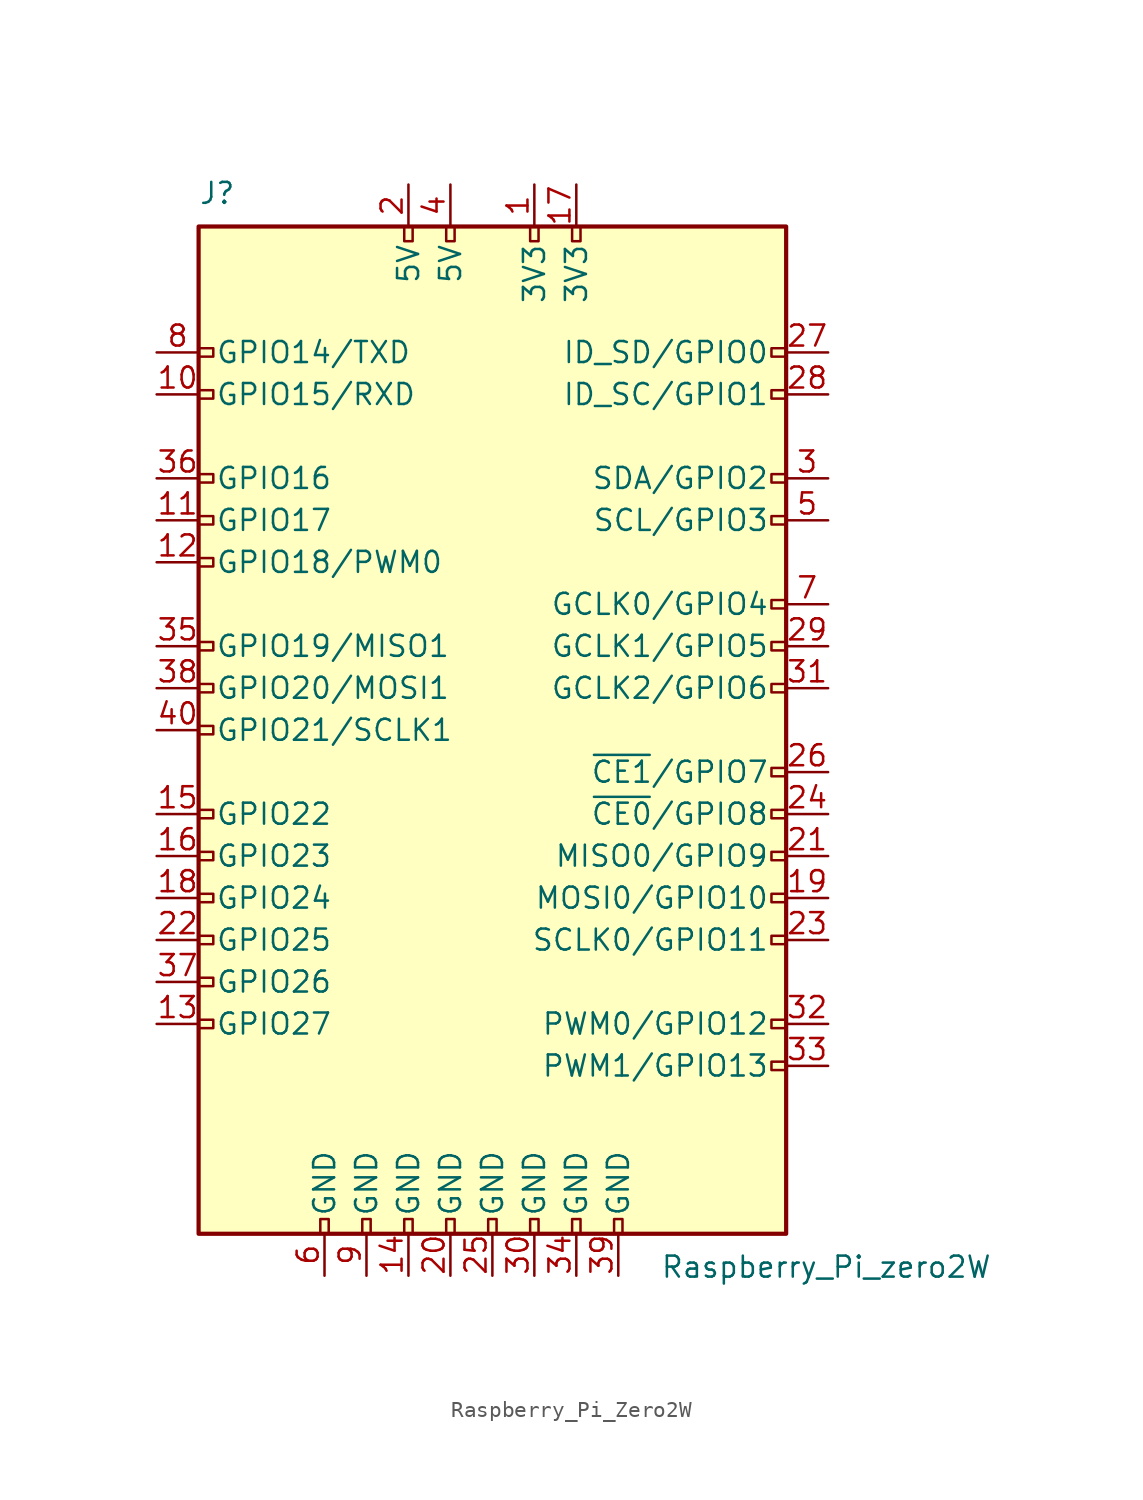
<source format=kicad_sym>
(kicad_symbol_lib
  (version 20220914)
  (generator kicad_symbol_editor)
  (symbol "Raspberry_Pi_Zero2W"
    (pin_names
      (offset 1.016))
    (property "Reference" "J"
      (at -17.78 31.75 0)
      (effects (font (size 1.27 1.27)) (justify left bottom)))
    (property "Value" "Raspberry_Pi_zero2W"
      (at 10.16 -31.75 0)
      (effects (font (size 1.27 1.27)) (justify left top)))
    (symbol "Raspberry_Pi_Zero2W_0_1"
      (rectangle (start -17.78 30.48) (end 17.78 -30.48) (stroke (width 0.254) (type default)) (fill (type background))))
    (symbol "Raspberry_Pi_Zero2W_1_1"
      (rectangle (start -16.891 -17.526) (end -17.78 -18.034) (stroke (width 0) (type default)) (fill (type none)))
      (rectangle (start -16.891 -14.986) (end -17.78 -15.494) (stroke (width 0) (type default)) (fill (type none)))
      (rectangle (start -16.891 -12.446) (end -17.78 -12.954) (stroke (width 0) (type default)) (fill (type none)))
      (rectangle (start -16.891 -9.906) (end -17.78 -10.414) (stroke (width 0) (type default)) (fill (type none)))
      (rectangle (start -16.891 -7.366) (end -17.78 -7.874) (stroke (width 0) (type default)) (fill (type none)))
      (rectangle (start -16.891 -4.826) (end -17.78 -5.334) (stroke (width 0) (type default)) (fill (type none)))
      (rectangle (start -16.891 0.254) (end -17.78 -0.254) (stroke (width 0) (type default)) (fill (type none)))
      (rectangle (start -16.891 2.794) (end -17.78 2.286) (stroke (width 0) (type default)) (fill (type none)))
      (rectangle (start -16.891 5.334) (end -17.78 4.826) (stroke (width 0) (type default)) (fill (type none)))
      (rectangle (start -16.891 10.414) (end -17.78 9.906) (stroke (width 0) (type default)) (fill (type none)))
      (rectangle (start -16.891 12.954) (end -17.78 12.446) (stroke (width 0) (type default)) (fill (type none)))
      (rectangle (start -16.891 15.494) (end -17.78 14.986) (stroke (width 0) (type default)) (fill (type none)))
      (rectangle (start -16.891 20.574) (end -17.78 20.066) (stroke (width 0) (type default)) (fill (type none)))
      (rectangle (start -16.891 23.114) (end -17.78 22.606) (stroke (width 0) (type default)) (fill (type none)))
      (rectangle (start -10.414 -29.591) (end -9.906 -30.48) (stroke (width 0) (type default)) (fill (type none)))
      (rectangle (start -7.874 -29.591) (end -7.366 -30.48) (stroke (width 0) (type default)) (fill (type none)))
      (rectangle (start -5.334 -29.591) (end -4.826 -30.48) (stroke (width 0) (type default)) (fill (type none)))
      (rectangle (start -5.334 30.48) (end -4.826 29.591) (stroke (width 0) (type default)) (fill (type none)))
      (rectangle (start -2.794 -29.591) (end -2.286 -30.48) (stroke (width 0) (type default)) (fill (type none)))
      (rectangle (start -2.794 30.48) (end -2.286 29.591) (stroke (width 0) (type default)) (fill (type none)))
      (rectangle (start -0.254 -29.591) (end 0.254 -30.48) (stroke (width 0) (type default)) (fill (type none)))
      (rectangle (start 2.286 -29.591) (end 2.794 -30.48) (stroke (width 0) (type default)) (fill (type none)))
      (rectangle (start 2.286 30.48) (end 2.794 29.591) (stroke (width 0) (type default)) (fill (type none)))
      (rectangle (start 4.826 -29.591) (end 5.334 -30.48) (stroke (width 0) (type default)) (fill (type none)))
      (rectangle (start 4.826 30.48) (end 5.334 29.591) (stroke (width 0) (type default)) (fill (type none)))
      (rectangle (start 7.366 -29.591) (end 7.874 -30.48) (stroke (width 0) (type default)) (fill (type none)))
      (rectangle (start 17.78 -20.066) (end 16.891 -20.574) (stroke (width 0) (type default)) (fill (type none)))
      (rectangle (start 17.78 -17.526) (end 16.891 -18.034) (stroke (width 0) (type default)) (fill (type none)))
      (rectangle (start 17.78 -12.446) (end 16.891 -12.954) (stroke (width 0) (type default)) (fill (type none)))
      (rectangle (start 17.78 -9.906) (end 16.891 -10.414) (stroke (width 0) (type default)) (fill (type none)))
      (rectangle (start 17.78 -7.366) (end 16.891 -7.874) (stroke (width 0) (type default)) (fill (type none)))
      (rectangle (start 17.78 -4.826) (end 16.891 -5.334) (stroke (width 0) (type default)) (fill (type none)))
      (rectangle (start 17.78 -2.286) (end 16.891 -2.794) (stroke (width 0) (type default)) (fill (type none)))
      (rectangle (start 17.78 2.794) (end 16.891 2.286) (stroke (width 0) (type default)) (fill (type none)))
      (rectangle (start 17.78 5.334) (end 16.891 4.826) (stroke (width 0) (type default)) (fill (type none)))
      (rectangle (start 17.78 7.874) (end 16.891 7.366) (stroke (width 0) (type default)) (fill (type none)))
      (rectangle (start 17.78 12.954) (end 16.891 12.446) (stroke (width 0) (type default)) (fill (type none)))
      (rectangle (start 17.78 15.494) (end 16.891 14.986) (stroke (width 0) (type default)) (fill (type none)))
      (rectangle (start 17.78 20.574) (end 16.891 20.066) (stroke (width 0) (type default)) (fill (type none)))
      (rectangle (start 17.78 23.114) (end 16.891 22.606) (stroke (width 0) (type default)) (fill (type none)))
      (pin power_in line (at 2.54 33.02 270) (length 2.54) (name "3V3" (effects (font (size 1.27 1.27)))) (number "1" (effects (font (size 1.27 1.27)))))
      (pin bidirectional line (at -20.32 20.32 0) (length 2.54) (name "GPIO15/RXD" (effects (font (size 1.27 1.27)))) (number "10" (effects (font (size 1.27 1.27)))))
      (pin bidirectional line (at -20.32 12.7 0) (length 2.54) (name "GPIO17" (effects (font (size 1.27 1.27)))) (number "11" (effects (font (size 1.27 1.27)))))
      (pin bidirectional line (at -20.32 10.16 0) (length 2.54) (name "GPIO18/PWM0" (effects (font (size 1.27 1.27)))) (number "12" (effects (font (size 1.27 1.27)))))
      (pin bidirectional line (at -20.32 -17.78 0) (length 2.54) (name "GPIO27" (effects (font (size 1.27 1.27)))) (number "13" (effects (font (size 1.27 1.27)))))
      (pin power_in line (at -5.08 -33.02 90) (length 2.54) (name "GND" (effects (font (size 1.27 1.27)))) (number "14" (effects (font (size 1.27 1.27)))))
      (pin bidirectional line (at -20.32 -5.08 0) (length 2.54) (name "GPIO22" (effects (font (size 1.27 1.27)))) (number "15" (effects (font (size 1.27 1.27)))))
      (pin bidirectional line (at -20.32 -7.62 0) (length 2.54) (name "GPIO23" (effects (font (size 1.27 1.27)))) (number "16" (effects (font (size 1.27 1.27)))))
      (pin power_in line (at 5.08 33.02 270) (length 2.54) (name "3V3" (effects (font (size 1.27 1.27)))) (number "17" (effects (font (size 1.27 1.27)))))
      (pin bidirectional line (at -20.32 -10.16 0) (length 2.54) (name "GPIO24" (effects (font (size 1.27 1.27)))) (number "18" (effects (font (size 1.27 1.27)))))
      (pin bidirectional line (at 20.32 -10.16 180) (length 2.54) (name "MOSI0/GPIO10" (effects (font (size 1.27 1.27)))) (number "19" (effects (font (size 1.27 1.27)))))
      (pin power_in line (at -5.08 33.02 270) (length 2.54) (name "5V" (effects (font (size 1.27 1.27)))) (number "2" (effects (font (size 1.27 1.27)))))
      (pin power_in line (at -2.54 -33.02 90) (length 2.54) (name "GND" (effects (font (size 1.27 1.27)))) (number "20" (effects (font (size 1.27 1.27)))))
      (pin bidirectional line (at 20.32 -7.62 180) (length 2.54) (name "MISO0/GPIO9" (effects (font (size 1.27 1.27)))) (number "21" (effects (font (size 1.27 1.27)))))
      (pin bidirectional line (at -20.32 -12.7 0) (length 2.54) (name "GPIO25" (effects (font (size 1.27 1.27)))) (number "22" (effects (font (size 1.27 1.27)))))
      (pin bidirectional line (at 20.32 -12.7 180) (length 2.54) (name "SCLK0/GPIO11" (effects (font (size 1.27 1.27)))) (number "23" (effects (font (size 1.27 1.27)))))
      (pin bidirectional line (at 20.32 -5.08 180) (length 2.54) (name "~{CE0}/GPIO8" (effects (font (size 1.27 1.27)))) (number "24" (effects (font (size 1.27 1.27)))))
      (pin power_in line (at 0 -33.02 90) (length 2.54) (name "GND" (effects (font (size 1.27 1.27)))) (number "25" (effects (font (size 1.27 1.27)))))
      (pin bidirectional line (at 20.32 -2.54 180) (length 2.54) (name "~{CE1}/GPIO7" (effects (font (size 1.27 1.27)))) (number "26" (effects (font (size 1.27 1.27)))))
      (pin bidirectional line (at 20.32 22.86 180) (length 2.54) (name "ID_SD/GPIO0" (effects (font (size 1.27 1.27)))) (number "27" (effects (font (size 1.27 1.27)))))
      (pin bidirectional line (at 20.32 20.32 180) (length 2.54) (name "ID_SC/GPIO1" (effects (font (size 1.27 1.27)))) (number "28" (effects (font (size 1.27 1.27)))))
      (pin bidirectional line (at 20.32 5.08 180) (length 2.54) (name "GCLK1/GPIO5" (effects (font (size 1.27 1.27)))) (number "29" (effects (font (size 1.27 1.27)))))
      (pin bidirectional line (at 20.32 15.24 180) (length 2.54) (name "SDA/GPIO2" (effects (font (size 1.27 1.27)))) (number "3" (effects (font (size 1.27 1.27)))))
      (pin power_in line (at 2.54 -33.02 90) (length 2.54) (name "GND" (effects (font (size 1.27 1.27)))) (number "30" (effects (font (size 1.27 1.27)))))
      (pin bidirectional line (at 20.32 2.54 180) (length 2.54) (name "GCLK2/GPIO6" (effects (font (size 1.27 1.27)))) (number "31" (effects (font (size 1.27 1.27)))))
      (pin bidirectional line (at 20.32 -17.78 180) (length 2.54) (name "PWM0/GPIO12" (effects (font (size 1.27 1.27)))) (number "32" (effects (font (size 1.27 1.27)))))
      (pin bidirectional line (at 20.32 -20.32 180) (length 2.54) (name "PWM1/GPIO13" (effects (font (size 1.27 1.27)))) (number "33" (effects (font (size 1.27 1.27)))))
      (pin power_in line (at 5.08 -33.02 90) (length 2.54) (name "GND" (effects (font (size 1.27 1.27)))) (number "34" (effects (font (size 1.27 1.27)))))
      (pin bidirectional line (at -20.32 5.08 0) (length 2.54) (name "GPIO19/MISO1" (effects (font (size 1.27 1.27)))) (number "35" (effects (font (size 1.27 1.27)))))
      (pin bidirectional line (at -20.32 15.24 0) (length 2.54) (name "GPIO16" (effects (font (size 1.27 1.27)))) (number "36" (effects (font (size 1.27 1.27)))))
      (pin bidirectional line (at -20.32 -15.24 0) (length 2.54) (name "GPIO26" (effects (font (size 1.27 1.27)))) (number "37" (effects (font (size 1.27 1.27)))))
      (pin bidirectional line (at -20.32 2.54 0) (length 2.54) (name "GPIO20/MOSI1" (effects (font (size 1.27 1.27)))) (number "38" (effects (font (size 1.27 1.27)))))
      (pin power_in line (at 7.62 -33.02 90) (length 2.54) (name "GND" (effects (font (size 1.27 1.27)))) (number "39" (effects (font (size 1.27 1.27)))))
      (pin power_in line (at -2.54 33.02 270) (length 2.54) (name "5V" (effects (font (size 1.27 1.27)))) (number "4" (effects (font (size 1.27 1.27)))))
      (pin bidirectional line (at -20.32 0 0) (length 2.54) (name "GPIO21/SCLK1" (effects (font (size 1.27 1.27)))) (number "40" (effects (font (size 1.27 1.27)))))
      (pin bidirectional line (at 20.32 12.7 180) (length 2.54) (name "SCL/GPIO3" (effects (font (size 1.27 1.27)))) (number "5" (effects (font (size 1.27 1.27)))))
      (pin power_in line (at -10.16 -33.02 90) (length 2.54) (name "GND" (effects (font (size 1.27 1.27)))) (number "6" (effects (font (size 1.27 1.27)))))
      (pin bidirectional line (at 20.32 7.62 180) (length 2.54) (name "GCLK0/GPIO4" (effects (font (size 1.27 1.27)))) (number "7" (effects (font (size 1.27 1.27)))))
      (pin bidirectional line (at -20.32 22.86 0) (length 2.54) (name "GPIO14/TXD" (effects (font (size 1.27 1.27)))) (number "8" (effects (font (size 1.27 1.27)))))
      (pin power_in line (at -7.62 -33.02 90) (length 2.54) (name "GND" (effects (font (size 1.27 1.27)))) (number "9" (effects (font (size 1.27 1.27))))))))
</source>
